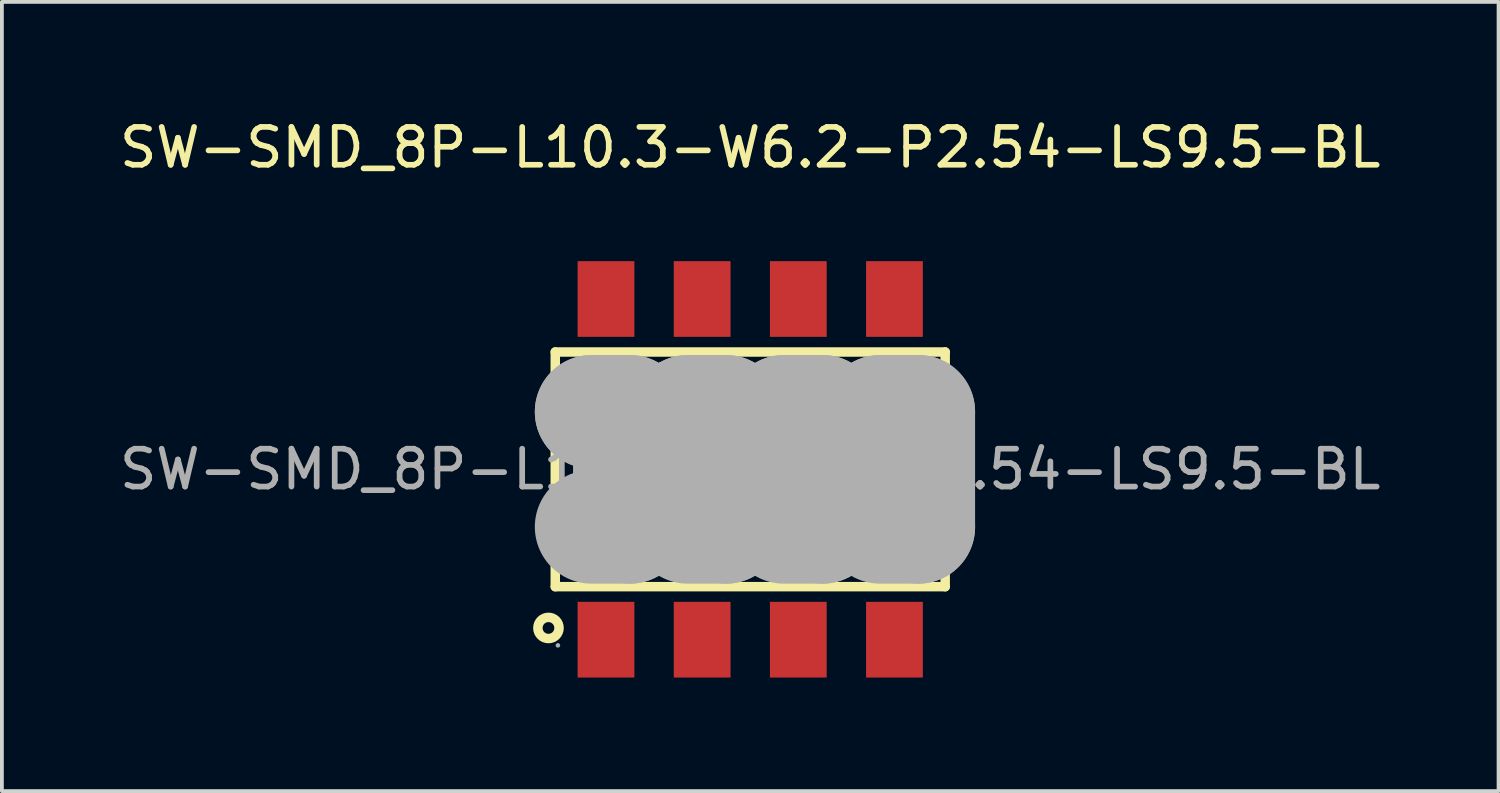
<source format=kicad_pcb>
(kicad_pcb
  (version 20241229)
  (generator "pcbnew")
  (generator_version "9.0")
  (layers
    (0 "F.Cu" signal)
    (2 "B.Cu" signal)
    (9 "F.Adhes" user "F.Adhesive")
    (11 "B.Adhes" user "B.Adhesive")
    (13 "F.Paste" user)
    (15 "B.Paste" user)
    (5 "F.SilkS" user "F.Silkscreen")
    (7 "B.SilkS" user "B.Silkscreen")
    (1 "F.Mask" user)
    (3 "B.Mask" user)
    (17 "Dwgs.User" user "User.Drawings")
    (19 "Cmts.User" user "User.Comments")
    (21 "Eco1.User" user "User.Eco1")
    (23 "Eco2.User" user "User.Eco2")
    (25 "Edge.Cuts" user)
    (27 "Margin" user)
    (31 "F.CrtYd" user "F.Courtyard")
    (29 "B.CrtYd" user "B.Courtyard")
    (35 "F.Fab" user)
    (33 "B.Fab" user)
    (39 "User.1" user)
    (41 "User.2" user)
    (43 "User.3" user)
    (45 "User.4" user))
  (footprint "SW-SMD_8P-L10.3-W6.2-P2.54-LS9.5-BL"
    (layer "F.Cu")
    (at 16.768 9.348)
    (property "Reference" "SW-SMD_8P-L10.3-W6.2-P2.54-LS9.5-BL" (at 0 -8.5 0) (layer "F.SilkS") (effects (font (size 1 1) (thickness 0.15))))
    (attr through_hole)
    (fp_line (start -5.15 -3.1) (end 5.15 -3.1) (stroke (width 0.25) (type solid)) (layer "F.SilkS"))
    (fp_line (start -5.15 3.1) (end -5.15 -3.1) (stroke (width 0.25) (type solid)) (layer "F.SilkS"))
    (fp_line (start -5.15 3.1) (end 5.15 3.1) (stroke (width 0.25) (type solid)) (layer "F.SilkS"))
    (fp_line (start -4.2 0) (end -3.18 0) (stroke (width 0.25) (type solid)) (layer "F.SilkS"))
    (fp_line (start -4.2 0.38) (end -3.64 0.88) (stroke (width 0.25) (type solid)) (layer "F.SilkS"))
    (fp_line (start -4.2 0.88) (end -3.18 0.88) (stroke (width 0.25) (type solid)) (layer "F.SilkS"))
    (fp_line (start -3.83 0) (end -3.18 0.63) (stroke (width 0.25) (type solid)) (layer "F.SilkS"))
    (fp_line (start -1.66 0) (end -0.64 0) (stroke (width 0.25) (type solid)) (layer "F.SilkS"))
    (fp_line (start -1.66 0.38) (end -1.1 0.88) (stroke (width 0.25) (type solid)) (layer "F.SilkS"))
    (fp_line (start -1.66 0.88) (end -0.64 0.88) (stroke (width 0.25) (type solid)) (layer "F.SilkS"))
    (fp_line (start -1.29 0) (end -0.64 0.63) (stroke (width 0.25) (type solid)) (layer "F.SilkS"))
    (fp_line (start 0.88 0) (end 1.9 0) (stroke (width 0.25) (type solid)) (layer "F.SilkS"))
    (fp_line (start 0.88 0.38) (end 1.44 0.88) (stroke (width 0.25) (type solid)) (layer "F.SilkS"))
    (fp_line (start 0.88 0.88) (end 1.9 0.88) (stroke (width 0.25) (type solid)) (layer "F.SilkS"))
    (fp_line (start 1.25 0) (end 1.9 0.63) (stroke (width 0.25) (type solid)) (layer "F.SilkS"))
    (fp_line (start 3.42 0) (end 4.44 0) (stroke (width 0.25) (type solid)) (layer "F.SilkS"))
    (fp_line (start 3.42 0.38) (end 3.98 0.88) (stroke (width 0.25) (type solid)) (layer "F.SilkS"))
    (fp_line (start 3.42 0.88) (end 4.44 0.88) (stroke (width 0.25) (type solid)) (layer "F.SilkS"))
    (fp_line (start 3.79 0) (end 4.44 0.63) (stroke (width 0.25) (type solid)) (layer "F.SilkS"))
    (fp_line (start 5.15 3.1) (end 5.15 -3.1) (stroke (width 0.25) (type solid)) (layer "F.SilkS"))
    (fp_circle (center -5.33 4.19) (end -5.05 4.19) (stroke (width 0.25) (type solid)) (fill no) (layer "F.SilkS"))
    (fp_line (start -4.19 -1.52) (end -4.19 -1.52) (stroke (width 3) (type solid)) (layer "F.Fab"))
    (fp_line (start -4.19 -1.52) (end -3.18 -1.52) (stroke (width 3) (type solid)) (layer "F.Fab"))
    (fp_line (start -3.18 -1.52) (end -3.18 1.52) (stroke (width 3) (type solid)) (layer "F.Fab"))
    (fp_line (start -3.18 1.52) (end -4.19 1.52) (stroke (width 3) (type solid)) (layer "F.Fab"))
    (fp_line (start -1.65 -1.52) (end -1.65 -1.52) (stroke (width 3) (type solid)) (layer "F.Fab"))
    (fp_line (start -1.65 -1.52) (end -0.64 -1.52) (stroke (width 3) (type solid)) (layer "F.Fab"))
    (fp_line (start -0.64 -1.52) (end -0.64 1.52) (stroke (width 3) (type solid)) (layer "F.Fab"))
    (fp_line (start -0.64 1.52) (end -1.65 1.52) (stroke (width 3) (type solid)) (layer "F.Fab"))
    (fp_line (start 0.89 -1.52) (end 0.89 -1.52) (stroke (width 3) (type solid)) (layer "F.Fab"))
    (fp_line (start 0.89 -1.52) (end 1.91 -1.52) (stroke (width 3) (type solid)) (layer "F.Fab"))
    (fp_line (start 1.91 -1.52) (end 1.91 1.52) (stroke (width 3) (type solid)) (layer "F.Fab"))
    (fp_line (start 1.91 1.52) (end 0.89 1.52) (stroke (width 3) (type solid)) (layer "F.Fab"))
    (fp_line (start 3.43 -1.52) (end 3.43 -1.52) (stroke (width 3) (type solid)) (layer "F.Fab"))
    (fp_line (start 3.43 -1.52) (end 4.44 -1.52) (stroke (width 3) (type solid)) (layer "F.Fab"))
    (fp_line (start 4.44 -1.52) (end 4.44 1.52) (stroke (width 3) (type solid)) (layer "F.Fab"))
    (fp_line (start 4.44 1.52) (end 3.43 1.52) (stroke (width 3) (type solid)) (layer "F.Fab"))
    (fp_circle (center -5.08 4.65) (end -5.05 4.65) (stroke (width 0.06) (type solid)) (fill no) (layer "F.Fab"))
    (fp_text user "ON" (at -4.32 -2.22 0) (layer "F.SilkS") (effects (font (size 1 1) (thickness 0.13)) (justify left)))
    (fp_text user "${REFERENCE}" (at 0 0 0) (layer "F.Fab") (effects (font (size 1 1) (thickness 0.15))))
    (pad "1" smd rect (at -3.81 4.5) (size 1.5 2) (layers "F.Cu" "F.Mask" "F.Paste"))
    (pad "2" smd rect (at -1.27 4.5) (size 1.5 2) (layers "F.Cu" "F.Mask" "F.Paste"))
    (pad "3" smd rect (at 1.27 4.5) (size 1.5 2) (layers "F.Cu" "F.Mask" "F.Paste"))
    (pad "4" smd rect (at 3.81 4.5) (size 1.5 2) (layers "F.Cu" "F.Mask" "F.Paste"))
    (pad "5" smd rect (at 3.81 -4.5) (size 1.5 2) (layers "F.Cu" "F.Mask" "F.Paste"))
    (pad "6" smd rect (at 1.27 -4.5) (size 1.5 2) (layers "F.Cu" "F.Mask" "F.Paste"))
    (pad "7" smd rect (at -1.27 -4.5) (size 1.5 2) (layers "F.Cu" "F.Mask" "F.Paste"))
    (pad "8" smd rect (at -3.81 -4.5) (size 1.5 2) (layers "F.Cu" "F.Mask" "F.Paste")))
  (gr_rect
    (start -3 -3)
    (end 36.536 17.848)
    (stroke (width 0.1) (type default))
    (fill no)
    (layer "Edge.Cuts")))
</source>
